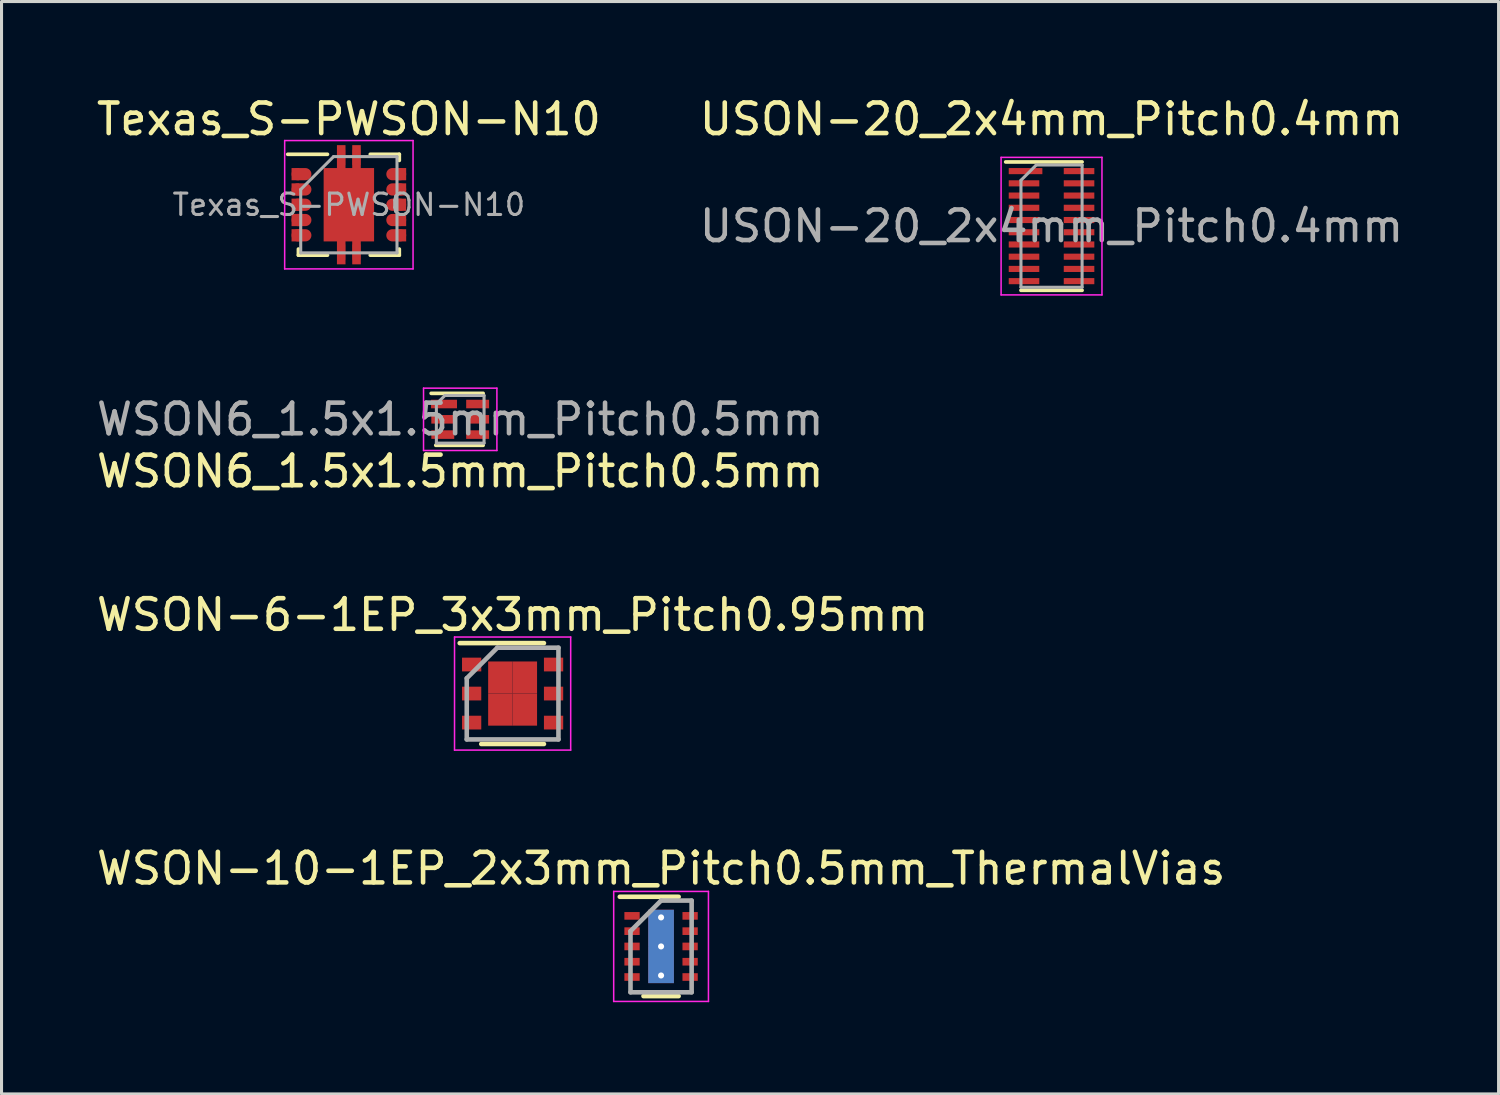
<source format=kicad_pcb>
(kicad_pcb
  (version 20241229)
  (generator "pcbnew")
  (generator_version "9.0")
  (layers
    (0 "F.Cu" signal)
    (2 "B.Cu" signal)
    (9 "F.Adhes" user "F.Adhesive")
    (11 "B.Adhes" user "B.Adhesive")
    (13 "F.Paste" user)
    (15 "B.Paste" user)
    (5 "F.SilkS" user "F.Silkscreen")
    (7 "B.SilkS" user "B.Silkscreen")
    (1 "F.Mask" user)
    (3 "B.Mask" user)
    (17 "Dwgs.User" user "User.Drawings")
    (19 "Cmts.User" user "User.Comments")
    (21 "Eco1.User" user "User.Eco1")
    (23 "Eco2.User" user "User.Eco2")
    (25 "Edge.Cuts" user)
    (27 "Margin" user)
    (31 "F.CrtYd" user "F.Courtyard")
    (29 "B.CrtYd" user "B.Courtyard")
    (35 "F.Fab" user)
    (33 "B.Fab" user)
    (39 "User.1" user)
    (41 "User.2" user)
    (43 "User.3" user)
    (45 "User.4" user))
  (footprint "USON-20_2x4mm_Pitch0.4mm"
    (layer "F.Cu")
    (at 31.351 4.348)
    (property "Reference" "USON-20_2x4mm_Pitch0.4mm" (at 0 -3.5 0) (layer "F.SilkS") (effects (font (size 1 1) (thickness 0.15))))
    (attr smd)
    (fp_line (start 1 -2.1) (end -1.5 -2.1) (stroke (width 0.12) (type solid)) (layer "F.SilkS"))
    (fp_line (start 1 2.1) (end -1 2.1) (stroke (width 0.12) (type solid)) (layer "F.SilkS"))
    (fp_line (start -1.65 -2.25) (end 1.65 -2.25) (stroke (width 0.05) (type solid)) (layer "F.CrtYd"))
    (fp_line (start -1.65 2.25) (end -1.65 -2.25) (stroke (width 0.05) (type solid)) (layer "F.CrtYd"))
    (fp_line (start 1.65 -2.25) (end 1.65 2.25) (stroke (width 0.05) (type solid)) (layer "F.CrtYd"))
    (fp_line (start 1.65 2.25) (end -1.65 2.25) (stroke (width 0.05) (type solid)) (layer "F.CrtYd"))
    (fp_line (start -1 2) (end -1 -1.5) (stroke (width 0.1) (type solid)) (layer "F.Fab"))
    (fp_line (start -0.5 -2) (end -1 -1.5) (stroke (width 0.1) (type solid)) (layer "F.Fab"))
    (fp_line (start -0.5 -2) (end 1 -2) (stroke (width 0.1) (type solid)) (layer "F.Fab"))
    (fp_line (start 1 -2) (end 1 2) (stroke (width 0.1) (type solid)) (layer "F.Fab"))
    (fp_line (start 1 2) (end -1 2) (stroke (width 0.1) (type solid)) (layer "F.Fab"))
    (fp_text user "${REFERENCE}" (at 0 0 0) (layer "F.Fab") (effects (font (size 1 1) (thickness 0.15))))
    (pad "1" smd rect (at -0.85 -1.8 270) (size 0.2 1.1) (layers "F.Cu" "F.Mask" "F.Paste"))
    (pad "2" smd rect (at -0.9 -1.4 270) (size 0.2 1) (layers "F.Cu" "F.Mask" "F.Paste"))
    (pad "3" smd rect (at -0.9 -1 270) (size 0.2 1) (layers "F.Cu" "F.Mask" "F.Paste"))
    (pad "4" smd rect (at -0.9 -0.6 270) (size 0.2 1) (layers "F.Cu" "F.Mask" "F.Paste"))
    (pad "5" smd rect (at -0.9 -0.2 270) (size 0.2 1) (layers "F.Cu" "F.Mask" "F.Paste"))
    (pad "6" smd rect (at -0.9 0.2 270) (size 0.2 1) (layers "F.Cu" "F.Mask" "F.Paste"))
    (pad "7" smd rect (at -0.9 0.6 270) (size 0.2 1) (layers "F.Cu" "F.Mask" "F.Paste"))
    (pad "8" smd rect (at -0.9 1 270) (size 0.2 1) (layers "F.Cu" "F.Mask" "F.Paste"))
    (pad "9" smd rect (at -0.9 1.4 270) (size 0.2 1) (layers "F.Cu" "F.Mask" "F.Paste"))
    (pad "10" smd rect (at -0.9 1.8 270) (size 0.2 1) (layers "F.Cu" "F.Mask" "F.Paste"))
    (pad "11" smd rect (at 0.9 1.8 270) (size 0.2 1) (layers "F.Cu" "F.Mask" "F.Paste"))
    (pad "12" smd rect (at 0.9 1.4 270) (size 0.2 1) (layers "F.Cu" "F.Mask" "F.Paste"))
    (pad "13" smd rect (at 0.9 1 270) (size 0.2 1) (layers "F.Cu" "F.Mask" "F.Paste"))
    (pad "14" smd rect (at 0.9 0.6 270) (size 0.2 1) (layers "F.Cu" "F.Mask" "F.Paste"))
    (pad "15" smd rect (at 0.9 0.2 270) (size 0.2 1) (layers "F.Cu" "F.Mask" "F.Paste"))
    (pad "16" smd rect (at 0.9 -0.2 270) (size 0.2 1) (layers "F.Cu" "F.Mask" "F.Paste"))
    (pad "17" smd rect (at 0.9 -0.6 270) (size 0.2 1) (layers "F.Cu" "F.Mask" "F.Paste"))
    (pad "18" smd rect (at 0.9 -1 270) (size 0.2 1) (layers "F.Cu" "F.Mask" "F.Paste"))
    (pad "19" smd rect (at 0.9 -1.4 270) (size 0.2 1) (layers "F.Cu" "F.Mask" "F.Paste"))
    (pad "20" smd rect (at 0.9 -1.8 270) (size 0.2 1) (layers "F.Cu" "F.Mask" "F.Paste")))
  (footprint "Texas_S-PWSON-N10"
    (layer "F.Cu")
    (at 8.363 3.648)
    (property "Reference" "Texas_S-PWSON-N10" (at 0 -2.8 0) (layer "F.SilkS") (effects (font (size 1 1) (thickness 0.15))))
    (attr smd)
    (fp_line (start -2 -1.65) (end -0.7 -1.65) (stroke (width 0.12) (type solid)) (layer "F.SilkS"))
    (fp_line (start -1.65 1.65) (end -1.65 1.45) (stroke (width 0.12) (type solid)) (layer "F.SilkS"))
    (fp_line (start -1.65 1.65) (end -0.7 1.65) (stroke (width 0.12) (type solid)) (layer "F.SilkS"))
    (fp_line (start 0.7 -1.65) (end 1.65 -1.65) (stroke (width 0.12) (type solid)) (layer "F.SilkS"))
    (fp_line (start 0.7 1.65) (end 1.65 1.65) (stroke (width 0.12) (type solid)) (layer "F.SilkS"))
    (fp_line (start 1.65 -1.45) (end 1.65 -1.65) (stroke (width 0.12) (type solid)) (layer "F.SilkS"))
    (fp_line (start 1.65 1.45) (end 1.65 1.65) (stroke (width 0.12) (type solid)) (layer "F.SilkS"))
    (fp_line (start -2.1 -2.1) (end -2.1 2.1) (stroke (width 0.05) (type solid)) (layer "F.CrtYd"))
    (fp_line (start -2.1 -2.1) (end 2.1 -2.1) (stroke (width 0.05) (type solid)) (layer "F.CrtYd"))
    (fp_line (start -2.1 2.1) (end 2.1 2.1) (stroke (width 0.05) (type solid)) (layer "F.CrtYd"))
    (fp_line (start 2.1 -2.1) (end 2.1 2.1) (stroke (width 0.05) (type solid)) (layer "F.CrtYd"))
    (fp_line (start -1.575 1.575) (end -1.575 -0.5) (stroke (width 0.1) (type solid)) (layer "F.Fab"))
    (fp_line (start -0.5 -1.575) (end -1.575 -0.5) (stroke (width 0.1) (type solid)) (layer "F.Fab"))
    (fp_line (start -0.5 -1.575) (end 1.575 -1.575) (stroke (width 0.1) (type solid)) (layer "F.Fab"))
    (fp_line (start 1.575 -1.575) (end 1.575 1.575) (stroke (width 0.1) (type solid)) (layer "F.Fab"))
    (fp_line (start 1.575 1.575) (end -1.575 1.575) (stroke (width 0.1) (type solid)) (layer "F.Fab"))
    (fp_text user "${REFERENCE}" (at 0 0 0) (layer "F.Fab") (effects (font (size 0.7 0.7) (thickness 0.1))))
    (pad "1" smd rect (at -1.75 -1) (size 0.25 0.4) (layers "F.Cu" "F.Mask" "F.Paste"))
    (pad "1" smd oval (at -1.55 -1) (size 0.65 0.4) (layers "F.Cu" "F.Mask" "F.Paste"))
    (pad "2" smd rect (at -1.75 -0.5) (size 0.25 0.4) (layers "F.Cu" "F.Mask" "F.Paste"))
    (pad "2" smd oval (at -1.55 -0.5) (size 0.65 0.4) (layers "F.Cu" "F.Mask" "F.Paste"))
    (pad "3" smd rect (at -1.75 0) (size 0.25 0.4) (layers "F.Cu" "F.Mask" "F.Paste"))
    (pad "3" smd oval (at -1.55 0) (size 0.65 0.4) (layers "F.Cu" "F.Mask" "F.Paste"))
    (pad "4" smd rect (at -1.75 0.5) (size 0.25 0.4) (layers "F.Cu" "F.Mask" "F.Paste"))
    (pad "4" smd oval (at -1.55 0.5) (size 0.65 0.4) (layers "F.Cu" "F.Mask" "F.Paste"))
    (pad "5" smd rect (at -1.75 1) (size 0.25 0.4) (layers "F.Cu" "F.Mask" "F.Paste"))
    (pad "5" smd oval (at -1.55 1) (size 0.65 0.4) (layers "F.Cu" "F.Mask" "F.Paste"))
    (pad "6" smd oval (at 1.55 1) (size 0.65 0.4) (layers "F.Cu" "F.Mask" "F.Paste"))
    (pad "6" smd rect (at 1.75 1) (size 0.25 0.4) (layers "F.Cu" "F.Mask" "F.Paste"))
    (pad "7" smd oval (at 1.55 0.5) (size 0.65 0.4) (layers "F.Cu" "F.Mask" "F.Paste"))
    (pad "7" smd rect (at 1.75 0.5) (size 0.25 0.4) (layers "F.Cu" "F.Mask" "F.Paste"))
    (pad "8" smd oval (at 1.55 0) (size 0.65 0.4) (layers "F.Cu" "F.Mask" "F.Paste"))
    (pad "8" smd rect (at 1.75 0) (size 0.25 0.4) (layers "F.Cu" "F.Mask" "F.Paste"))
    (pad "9" smd oval (at 1.55 -0.5) (size 0.65 0.4) (layers "F.Cu" "F.Mask" "F.Paste"))
    (pad "9" smd rect (at 1.75 -0.5) (size 0.25 0.4) (layers "F.Cu" "F.Mask" "F.Paste"))
    (pad "10" smd oval (at 1.55 -1) (size 0.65 0.4) (layers "F.Cu" "F.Mask" "F.Paste"))
    (pad "10" smd rect (at 1.75 -1) (size 0.25 0.4) (layers "F.Cu" "F.Mask" "F.Paste"))
    (pad "11" smd rect (at -0.45 -0.635) (size 0.68 1.05) (layers "F.Cu" "F.Mask" "F.Paste"))
    (pad "11" smd rect (at -0.45 0.635) (size 0.68 1.05) (layers "F.Cu" "F.Mask" "F.Paste"))
    (pad "11" smd rect (at -0.25 -1.55) (size 0.26 0.5) (layers "F.Cu" "F.Mask" "F.Paste"))
    (pad "11" smd rect (at -0.25 -1.55) (size 0.28 0.8) (layers "F.Cu" "F.Mask"))
    (pad "11" smd rect (at -0.25 1.55) (size 0.26 0.5) (layers "F.Cu" "F.Mask" "F.Paste"))
    (pad "11" smd rect (at -0.25 1.55) (size 0.28 0.8) (layers "F.Cu" "F.Mask"))
    (pad "11" smd rect (at 0 0) (size 1.65 2.4) (layers "F.Cu" "F.Mask"))
    (pad "11" smd rect (at 0.25 -1.55) (size 0.26 0.5) (layers "F.Cu" "F.Mask" "F.Paste"))
    (pad "11" smd rect (at 0.25 -1.55) (size 0.28 0.8) (layers "F.Cu" "F.Mask"))
    (pad "11" smd rect (at 0.25 1.55) (size 0.26 0.5) (layers "F.Cu" "F.Mask" "F.Paste"))
    (pad "11" smd rect (at 0.25 1.55) (size 0.28 0.8) (layers "F.Cu" "F.Mask"))
    (pad "11" smd rect (at 0.45 -0.635) (size 0.68 1.05) (layers "F.Cu" "F.Mask" "F.Paste"))
    (pad "11" smd rect (at 0.45 0.635) (size 0.68 1.05) (layers "F.Cu" "F.Mask" "F.Paste")))
  (footprint "WSON-10-1EP_2x3mm_Pitch0.5mm_ThermalVias"
    (layer "F.Cu")
    (at 18.577 27.913)
    (property "Reference" "WSON-10-1EP_2x3mm_Pitch0.5mm_ThermalVias" (at 0 -2.55 0) (layer "F.SilkS") (effects (font (size 1 1) (thickness 0.15))))
    (attr smd)
    (fp_line (start -1.35 -1.625) (end 0.575 -1.625) (stroke (width 0.15) (type solid)) (layer "F.SilkS"))
    (fp_line (start -0.575 1.625) (end 0.575 1.625) (stroke (width 0.15) (type solid)) (layer "F.SilkS"))
    (fp_line (start -1.55 -1.8) (end -1.55 1.8) (stroke (width 0.05) (type solid)) (layer "F.CrtYd"))
    (fp_line (start -1.55 -1.8) (end 1.55 -1.8) (stroke (width 0.05) (type solid)) (layer "F.CrtYd"))
    (fp_line (start -1.55 1.8) (end 1.55 1.8) (stroke (width 0.05) (type solid)) (layer "F.CrtYd"))
    (fp_line (start 1.55 -1.8) (end 1.55 1.8) (stroke (width 0.05) (type solid)) (layer "F.CrtYd"))
    (fp_line (start -1 -0.5) (end 0 -1.5) (stroke (width 0.15) (type solid)) (layer "F.Fab"))
    (fp_line (start -1 1.5) (end -1 -0.5) (stroke (width 0.15) (type solid)) (layer "F.Fab"))
    (fp_line (start 0 -1.5) (end 1 -1.5) (stroke (width 0.15) (type solid)) (layer "F.Fab"))
    (fp_line (start 1 -1.5) (end 1 1.5) (stroke (width 0.15) (type solid)) (layer "F.Fab"))
    (fp_line (start 1 1.5) (end -1 1.5) (stroke (width 0.15) (type solid)) (layer "F.Fab"))
    (pad "1" smd rect (at -0.95 -1) (size 0.5 0.25) (layers "F.Cu" "F.Mask" "F.Paste"))
    (pad "2" smd rect (at -0.95 -0.5) (size 0.5 0.25) (layers "F.Cu" "F.Mask" "F.Paste"))
    (pad "3" smd rect (at -0.95 0) (size 0.5 0.25) (layers "F.Cu" "F.Mask" "F.Paste"))
    (pad "4" smd rect (at -0.95 0.5) (size 0.5 0.25) (layers "F.Cu" "F.Mask" "F.Paste"))
    (pad "5" smd rect (at -0.95 1) (size 0.5 0.25) (layers "F.Cu" "F.Mask" "F.Paste"))
    (pad "6" smd rect (at 0.95 1) (size 0.5 0.25) (layers "F.Cu" "F.Mask" "F.Paste"))
    (pad "7" smd rect (at 0.95 0.5) (size 0.5 0.25) (layers "F.Cu" "F.Mask" "F.Paste"))
    (pad "8" smd rect (at 0.95 0) (size 0.5 0.25) (layers "F.Cu" "F.Mask" "F.Paste"))
    (pad "9" smd rect (at 0.95 -0.5) (size 0.5 0.25) (layers "F.Cu" "F.Mask" "F.Paste"))
    (pad "10" smd rect (at 0.95 -1) (size 0.5 0.25) (layers "F.Cu" "F.Mask" "F.Paste"))
    (pad "11" thru_hole circle (at 0 -0.95) (size 0.4 0.4) (drill 0.2) (layers "*.Cu"))
    (pad "11" smd rect (at 0 -0.6) (size 0.84 1.2) (layers "F.Cu" "F.Mask" "F.Paste"))
    (pad "11" thru_hole circle (at 0 0) (size 0.4 0.4) (drill 0.2) (layers "*.Cu"))
    (pad "11" smd rect (at 0 0) (size 0.84 2.4) (layers "B.Cu"))
    (pad "11" smd rect (at 0 0.6) (size 0.84 1.2) (layers "F.Cu" "F.Mask" "F.Paste"))
    (pad "11" thru_hole circle (at 0 0.95) (size 0.4 0.4) (drill 0.2) (layers "*.Cu")))
  (footprint "WSON6_1.5x1.5mm_Pitch0.5mm"
    (layer "F.Cu")
    (at 12.006 10.668)
    (property "Reference" "WSON6_1.5x1.5mm_Pitch0.5mm" (at 0 1.7 0) (layer "F.SilkS") (effects (font (size 1 1) (thickness 0.15))))
    (attr smd)
    (fp_line (start -0.95 -0.85) (end 0.75 -0.85) (stroke (width 0.12) (type solid)) (layer "F.SilkS"))
    (fp_line (start -0.8 0.85) (end 0.75 0.85) (stroke (width 0.12) (type solid)) (layer "F.SilkS"))
    (fp_line (start -1.2 1.02) (end -1.2 -1.02) (stroke (width 0.05) (type solid)) (layer "F.CrtYd"))
    (fp_line (start -1.2 1.02) (end 1.2 1.02) (stroke (width 0.05) (type solid)) (layer "F.CrtYd"))
    (fp_line (start 1.2 -1.02) (end -1.2 -1.02) (stroke (width 0.05) (type solid)) (layer "F.CrtYd"))
    (fp_line (start 1.2 -1.02) (end 1.2 1.02) (stroke (width 0.05) (type solid)) (layer "F.CrtYd"))
    (fp_line (start -0.78 -0.5) (end -0.78 0.78) (stroke (width 0.1) (type solid)) (layer "F.Fab"))
    (fp_line (start -0.78 0.78) (end 0.78 0.78) (stroke (width 0.1) (type solid)) (layer "F.Fab"))
    (fp_line (start -0.5 -0.78) (end -0.78 -0.5) (stroke (width 0.1) (type solid)) (layer "F.Fab"))
    (fp_line (start 0.78 -0.78) (end -0.5 -0.78) (stroke (width 0.1) (type solid)) (layer "F.Fab"))
    (fp_line (start 0.78 -0.78) (end 0.78 0.78) (stroke (width 0.1) (type solid)) (layer "F.Fab"))
    (fp_text user "${REFERENCE}" (at 0 0 0) (layer "F.Fab") (effects (font (size 1 1) (thickness 0.15))))
    (pad "1" smd rect (at -0.53 -0.5 270) (size 0.28 0.85) (layers "F.Cu" "F.Mask" "F.Paste"))
    (pad "2" smd rect (at -0.57 0 270) (size 0.28 0.75) (layers "F.Cu" "F.Mask" "F.Paste"))
    (pad "3" smd rect (at -0.57 0.5 270) (size 0.28 0.75) (layers "F.Cu" "F.Mask" "F.Paste"))
    (pad "4" smd rect (at 0.57 0.5 270) (size 0.28 0.75) (layers "F.Cu" "F.Mask" "F.Paste"))
    (pad "5" smd rect (at 0.57 0 270) (size 0.28 0.75) (layers "F.Cu" "F.Mask" "F.Paste"))
    (pad "6" smd rect (at 0.57 -0.5 270) (size 0.28 0.75) (layers "F.Cu" "F.Mask" "F.Paste")))
  (footprint "WSON-6-1EP_3x3mm_Pitch0.95mm"
    (layer "F.Cu")
    (at 13.72 19.64)
    (property "Reference" "WSON-6-1EP_3x3mm_Pitch0.95mm" (at 0 -2.575 0) (layer "F.SilkS") (effects (font (size 1 1) (thickness 0.15))))
    (attr smd)
    (fp_line (start -1.73 -1.65) (end 1.025 -1.65) (stroke (width 0.15) (type solid)) (layer "F.SilkS"))
    (fp_line (start -1.025 1.65) (end 1.025 1.65) (stroke (width 0.15) (type solid)) (layer "F.SilkS"))
    (fp_line (start -1.9 -1.85) (end -1.9 1.85) (stroke (width 0.05) (type solid)) (layer "F.CrtYd"))
    (fp_line (start -1.9 -1.85) (end 1.9 -1.85) (stroke (width 0.05) (type solid)) (layer "F.CrtYd"))
    (fp_line (start -1.9 1.85) (end 1.9 1.85) (stroke (width 0.05) (type solid)) (layer "F.CrtYd"))
    (fp_line (start 1.9 -1.85) (end 1.9 1.85) (stroke (width 0.05) (type solid)) (layer "F.CrtYd"))
    (fp_line (start -1.5 -0.5) (end -0.5 -1.5) (stroke (width 0.15) (type solid)) (layer "F.Fab"))
    (fp_line (start -1.5 1.5) (end -1.5 -0.5) (stroke (width 0.15) (type solid)) (layer "F.Fab"))
    (fp_line (start -0.5 -1.5) (end 1.5 -1.5) (stroke (width 0.15) (type solid)) (layer "F.Fab"))
    (fp_line (start 1.5 -1.5) (end 1.5 1.5) (stroke (width 0.15) (type solid)) (layer "F.Fab"))
    (fp_line (start 1.5 1.5) (end -1.5 1.5) (stroke (width 0.15) (type solid)) (layer "F.Fab"))
    (pad "1" smd rect (at -1.34 -0.95) (size 0.63 0.45) (layers "F.Cu" "F.Mask" "F.Paste"))
    (pad "2" smd rect (at -1.34 0) (size 0.63 0.45) (layers "F.Cu" "F.Mask" "F.Paste"))
    (pad "3" smd rect (at -1.34 0.95) (size 0.63 0.45) (layers "F.Cu" "F.Mask" "F.Paste"))
    (pad "4" smd rect (at 1.34 0.95) (size 0.63 0.45) (layers "F.Cu" "F.Mask" "F.Paste"))
    (pad "5" smd rect (at 1.34 0) (size 0.63 0.45) (layers "F.Cu" "F.Mask" "F.Paste"))
    (pad "6" smd rect (at 1.34 -0.95) (size 0.63 0.45) (layers "F.Cu" "F.Mask" "F.Paste"))
    (pad "7" smd rect (at -0.4 -0.525) (size 0.8 1.05) (layers "F.Cu" "F.Mask" "F.Paste"))
    (pad "7" smd rect (at -0.4 0.525) (size 0.8 1.05) (layers "F.Cu" "F.Mask" "F.Paste"))
    (pad "7" smd rect (at 0.4 -0.525) (size 0.8 1.05) (layers "F.Cu" "F.Mask" "F.Paste"))
    (pad "7" smd rect (at 0.4 0.525) (size 0.8 1.05) (layers "F.Cu" "F.Mask" "F.Paste")))
  (gr_rect
    (start -3 -3)
    (end 45.976 32.738)
    (stroke (width 0.1) (type default))
    (fill no)
    (layer "Edge.Cuts")))
</source>
